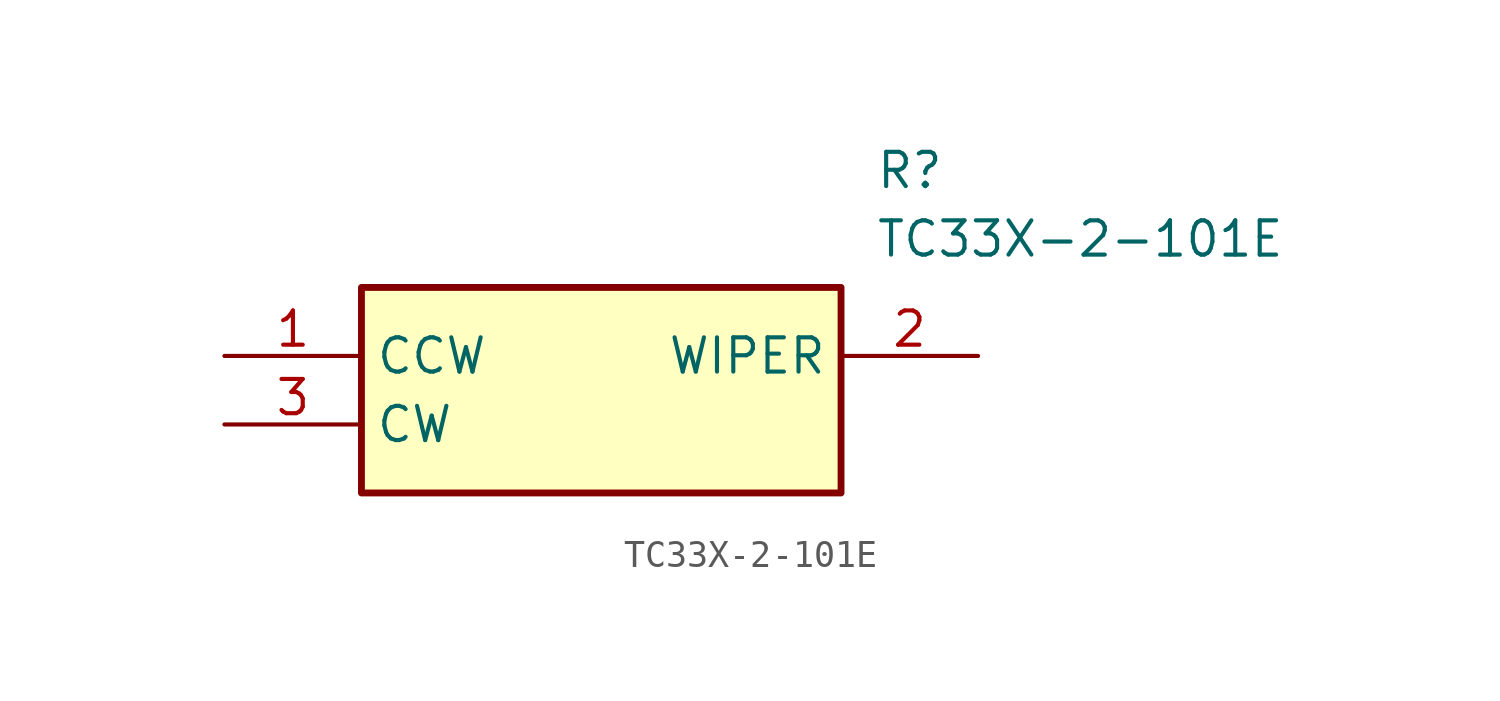
<source format=kicad_sym>
(kicad_symbol_lib
  (version 20211014)
  (generator SamacSys_ECAD_Model)
  (symbol "TC33X-2-101E"
    (property "Reference" "R"
      (at 24.13 7.62 0)
      (effects (font (size 1.27 1.27)) (justify left top)))
    (property "Value" "TC33X-2-101E"
      (at 24.13 5.08 0)
      (effects (font (size 1.27 1.27)) (justify left top)))
    (rectangle
      (start 5.08 2.54)
      (end 22.86 -5.08)
      (stroke (width 0.254) (type default))
      (fill (type background)))
    (pin passive line
      (at 0 0 0)
      (length 5.08)
      (name "CCW" (effects (font (size 1.27 1.27))))
      (number "1" (effects (font (size 1.27 1.27)))))
    (pin passive line
      (at 27.94 0 180)
      (length 5.08)
      (name "WIPER" (effects (font (size 1.27 1.27))))
      (number "2" (effects (font (size 1.27 1.27)))))
    (pin passive line
      (at 0 -2.54 0)
      (length 5.08)
      (name "CW" (effects (font (size 1.27 1.27))))
      (number "3" (effects (font (size 1.27 1.27)))))))
</source>
